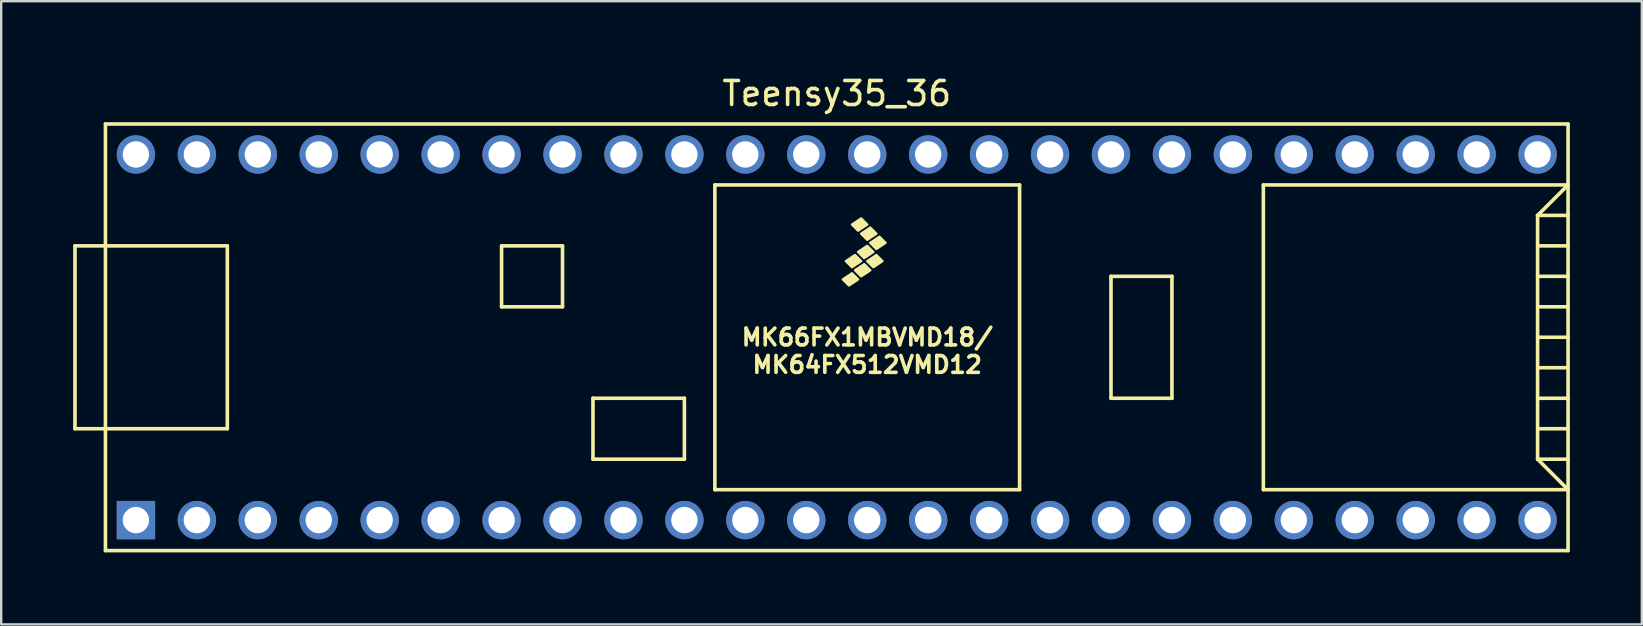
<source format=kicad_pcb>
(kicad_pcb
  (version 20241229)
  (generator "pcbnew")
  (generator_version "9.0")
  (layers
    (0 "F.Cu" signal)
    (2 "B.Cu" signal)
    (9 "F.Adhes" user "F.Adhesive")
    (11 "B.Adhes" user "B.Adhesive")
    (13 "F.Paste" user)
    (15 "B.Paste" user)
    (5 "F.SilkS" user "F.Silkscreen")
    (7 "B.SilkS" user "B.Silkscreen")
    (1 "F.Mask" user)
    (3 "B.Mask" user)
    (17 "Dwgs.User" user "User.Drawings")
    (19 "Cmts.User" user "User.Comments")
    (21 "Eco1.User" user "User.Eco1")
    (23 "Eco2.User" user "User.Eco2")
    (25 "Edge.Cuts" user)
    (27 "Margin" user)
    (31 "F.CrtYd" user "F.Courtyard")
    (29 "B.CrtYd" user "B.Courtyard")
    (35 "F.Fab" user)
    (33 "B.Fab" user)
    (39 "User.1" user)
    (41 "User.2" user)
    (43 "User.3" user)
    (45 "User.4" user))
  (footprint "Teensy35_36"
    (layer "F.Cu")
    (at 31.825 11.008)
    (property "Reference" "Teensy35_36" (at 0 -10.16 0) (layer "F.SilkS") (effects (font (size 1 1) (thickness 0.15))))
    (attr through_hole)
    (fp_line (start -31.75 -3.81) (end -30.48 -3.81) (stroke (width 0.15) (type solid)) (layer "F.SilkS"))
    (fp_line (start -31.75 3.81) (end -31.75 -3.81) (stroke (width 0.15) (type solid)) (layer "F.SilkS"))
    (fp_line (start -30.48 3.81) (end -31.75 3.81) (stroke (width 0.15) (type solid)) (layer "F.SilkS"))
    (fp_line (start -30.48 8.89) (end -30.48 -8.89) (stroke (width 0.15) (type solid)) (layer "F.SilkS"))
    (fp_line (start -30.48 8.89) (end 30.48 8.89) (stroke (width 0.15) (type solid)) (layer "F.SilkS"))
    (fp_line (start -25.4 -3.81) (end -30.48 -3.81) (stroke (width 0.15) (type solid)) (layer "F.SilkS"))
    (fp_line (start -25.4 3.81) (end -30.48 3.81) (stroke (width 0.15) (type solid)) (layer "F.SilkS"))
    (fp_line (start -25.4 3.81) (end -25.4 -3.81) (stroke (width 0.15) (type solid)) (layer "F.SilkS"))
    (fp_line (start -13.97 -3.81) (end -13.97 -1.27) (stroke (width 0.15) (type solid)) (layer "F.SilkS"))
    (fp_line (start -13.97 -1.27) (end -11.43 -1.27) (stroke (width 0.15) (type solid)) (layer "F.SilkS"))
    (fp_line (start -11.43 -3.81) (end -13.97 -3.81) (stroke (width 0.15) (type solid)) (layer "F.SilkS"))
    (fp_line (start -11.43 -1.27) (end -11.43 -3.81) (stroke (width 0.15) (type solid)) (layer "F.SilkS"))
    (fp_line (start -10.16 2.54) (end -6.35 2.54) (stroke (width 0.15) (type solid)) (layer "F.SilkS"))
    (fp_line (start -10.16 5.08) (end -10.16 2.54) (stroke (width 0.15) (type solid)) (layer "F.SilkS"))
    (fp_line (start -6.35 2.54) (end -6.35 5.08) (stroke (width 0.15) (type solid)) (layer "F.SilkS"))
    (fp_line (start -6.35 5.08) (end -10.16 5.08) (stroke (width 0.15) (type solid)) (layer "F.SilkS"))
    (fp_line (start -5.08 -6.35) (end -5.08 6.35) (stroke (width 0.15) (type solid)) (layer "F.SilkS"))
    (fp_line (start -5.08 -6.35) (end 7.62 -6.35) (stroke (width 0.15) (type solid)) (layer "F.SilkS"))
    (fp_line (start -5.08 6.35) (end 7.62 6.35) (stroke (width 0.15) (type solid)) (layer "F.SilkS"))
    (fp_line (start 7.62 6.35) (end 7.62 -6.35) (stroke (width 0.15) (type solid)) (layer "F.SilkS"))
    (fp_line (start 11.43 -2.54) (end 13.97 -2.54) (stroke (width 0.15) (type solid)) (layer "F.SilkS"))
    (fp_line (start 11.43 2.54) (end 11.43 -2.54) (stroke (width 0.15) (type solid)) (layer "F.SilkS"))
    (fp_line (start 13.97 -2.54) (end 13.97 2.54) (stroke (width 0.15) (type solid)) (layer "F.SilkS"))
    (fp_line (start 13.97 2.54) (end 11.43 2.54) (stroke (width 0.15) (type solid)) (layer "F.SilkS"))
    (fp_line (start 17.78 -6.35) (end 17.78 6.35) (stroke (width 0.15) (type solid)) (layer "F.SilkS"))
    (fp_line (start 17.78 6.35) (end 30.48 6.35) (stroke (width 0.15) (type solid)) (layer "F.SilkS"))
    (fp_line (start 29.21 -5.08) (end 30.48 -6.35) (stroke (width 0.15) (type solid)) (layer "F.SilkS"))
    (fp_line (start 29.21 -5.08) (end 30.48 -5.08) (stroke (width 0.15) (type solid)) (layer "F.SilkS"))
    (fp_line (start 29.21 -3.81) (end 30.48 -3.81) (stroke (width 0.15) (type solid)) (layer "F.SilkS"))
    (fp_line (start 29.21 -2.54) (end 30.48 -2.54) (stroke (width 0.15) (type solid)) (layer "F.SilkS"))
    (fp_line (start 29.21 -1.27) (end 30.48 -1.27) (stroke (width 0.15) (type solid)) (layer "F.SilkS"))
    (fp_line (start 29.21 0) (end 30.48 0) (stroke (width 0.15) (type solid)) (layer "F.SilkS"))
    (fp_line (start 29.21 1.27) (end 30.48 1.27) (stroke (width 0.15) (type solid)) (layer "F.SilkS"))
    (fp_line (start 29.21 2.54) (end 30.48 2.54) (stroke (width 0.15) (type solid)) (layer "F.SilkS"))
    (fp_line (start 29.21 3.81) (end 30.48 3.81) (stroke (width 0.15) (type solid)) (layer "F.SilkS"))
    (fp_line (start 29.21 5.08) (end 29.21 -5.08) (stroke (width 0.15) (type solid)) (layer "F.SilkS"))
    (fp_line (start 29.21 5.08) (end 30.48 5.08) (stroke (width 0.15) (type solid)) (layer "F.SilkS"))
    (fp_line (start 30.48 -8.89) (end -30.48 -8.89) (stroke (width 0.15) (type solid)) (layer "F.SilkS"))
    (fp_line (start 30.48 -8.89) (end 30.48 8.89) (stroke (width 0.15) (type solid)) (layer "F.SilkS"))
    (fp_line (start 30.48 -6.35) (end 17.78 -6.35) (stroke (width 0.15) (type solid)) (layer "F.SilkS"))
    (fp_line (start 30.48 6.35) (end 29.21 5.08) (stroke (width 0.15) (type solid)) (layer "F.SilkS"))
    (fp_poly (pts (xy 0.635 -2.667) (xy 0.889 -2.413) (xy 0.508 -2.159) (xy 0.254 -2.413)) (stroke (width 0.1) (type solid)) (fill yes) (layer "F.SilkS"))
    (fp_poly (pts (xy 0.762 -3.429) (xy 1.016 -3.175) (xy 0.635 -2.921) (xy 0.381 -3.175)) (stroke (width 0.1) (type solid)) (fill yes) (layer "F.SilkS"))
    (fp_poly (pts (xy 1.016 -4.953) (xy 1.27 -4.699) (xy 0.889 -4.445) (xy 0.635 -4.699)) (stroke (width 0.1) (type solid)) (fill yes) (layer "F.SilkS"))
    (fp_poly (pts (xy 1.143 -3.048) (xy 1.397 -2.794) (xy 1.016 -2.54) (xy 0.762 -2.794)) (stroke (width 0.1) (type solid)) (fill yes) (layer "F.SilkS"))
    (fp_poly (pts (xy 1.27 -3.81) (xy 1.524 -3.556) (xy 1.143 -3.302) (xy 0.889 -3.556)) (stroke (width 0.1) (type solid)) (fill yes) (layer "F.SilkS"))
    (fp_poly (pts (xy 1.397 -4.572) (xy 1.651 -4.318) (xy 1.27 -4.064) (xy 1.016 -4.318)) (stroke (width 0.1) (type solid)) (fill yes) (layer "F.SilkS"))
    (fp_poly (pts (xy 1.651 -3.429) (xy 1.905 -3.175) (xy 1.524 -2.921) (xy 1.27 -3.175)) (stroke (width 0.1) (type solid)) (fill yes) (layer "F.SilkS"))
    (fp_poly (pts (xy 1.778 -4.191) (xy 2.032 -3.937) (xy 1.651 -3.683) (xy 1.397 -3.937)) (stroke (width 0.1) (type solid)) (fill yes) (layer "F.SilkS"))
    (fp_text user "MK64FX512VMD12" (at 1.27 1.143 0) (layer "F.SilkS") (effects (font (size 0.7 0.7) (thickness 0.15))))
    (fp_text user "MK66FX1MBVMD18/" (at 1.27 0 0) (layer "F.SilkS") (effects (font (size 0.7 0.7) (thickness 0.15))))
    (pad "1" thru_hole rect (at -29.21 7.62) (size 1.6 1.6) (drill 1.1) (layers "*.Cu" "*.Mask"))
    (pad "2" thru_hole circle (at -26.67 7.62) (size 1.6 1.6) (drill 1.1) (layers "*.Cu" "*.Mask"))
    (pad "3" thru_hole circle (at -24.13 7.62) (size 1.6 1.6) (drill 1.1) (layers "*.Cu" "*.Mask"))
    (pad "4" thru_hole circle (at -21.59 7.62) (size 1.6 1.6) (drill 1.1) (layers "*.Cu" "*.Mask"))
    (pad "5" thru_hole circle (at -19.05 7.62) (size 1.6 1.6) (drill 1.1) (layers "*.Cu" "*.Mask"))
    (pad "6" thru_hole circle (at -16.51 7.62) (size 1.6 1.6) (drill 1.1) (layers "*.Cu" "*.Mask"))
    (pad "7" thru_hole circle (at -13.97 7.62) (size 1.6 1.6) (drill 1.1) (layers "*.Cu" "*.Mask"))
    (pad "8" thru_hole circle (at -11.43 7.62) (size 1.6 1.6) (drill 1.1) (layers "*.Cu" "*.Mask"))
    (pad "9" thru_hole circle (at -8.89 7.62) (size 1.6 1.6) (drill 1.1) (layers "*.Cu" "*.Mask"))
    (pad "10" thru_hole circle (at -6.35 7.62) (size 1.6 1.6) (drill 1.1) (layers "*.Cu" "*.Mask"))
    (pad "11" thru_hole circle (at -3.81 7.62) (size 1.6 1.6) (drill 1.1) (layers "*.Cu" "*.Mask"))
    (pad "12" thru_hole circle (at -1.27 7.62) (size 1.6 1.6) (drill 1.1) (layers "*.Cu" "*.Mask"))
    (pad "13" thru_hole circle (at 1.27 7.62) (size 1.6 1.6) (drill 1.1) (layers "*.Cu" "*.Mask"))
    (pad "14" thru_hole circle (at 3.81 7.62) (size 1.6 1.6) (drill 1.1) (layers "*.Cu" "*.Mask"))
    (pad "15" thru_hole circle (at 6.35 7.62) (size 1.6 1.6) (drill 1.1) (layers "*.Cu" "*.Mask"))
    (pad "16" thru_hole circle (at 8.89 7.62) (size 1.6 1.6) (drill 1.1) (layers "*.Cu" "*.Mask"))
    (pad "17" thru_hole circle (at 11.43 7.62) (size 1.6 1.6) (drill 1.1) (layers "*.Cu" "*.Mask"))
    (pad "18" thru_hole circle (at 13.97 7.62) (size 1.6 1.6) (drill 1.1) (layers "*.Cu" "*.Mask"))
    (pad "19" thru_hole circle (at 16.51 7.62) (size 1.6 1.6) (drill 1.1) (layers "*.Cu" "*.Mask"))
    (pad "20" thru_hole circle (at 19.05 7.62) (size 1.6 1.6) (drill 1.1) (layers "*.Cu" "*.Mask"))
    (pad "21" thru_hole circle (at 21.59 7.62) (size 1.6 1.6) (drill 1.1) (layers "*.Cu" "*.Mask"))
    (pad "22" thru_hole circle (at 24.13 7.62) (size 1.6 1.6) (drill 1.1) (layers "*.Cu" "*.Mask"))
    (pad "23" thru_hole circle (at 26.67 7.62) (size 1.6 1.6) (drill 1.1) (layers "*.Cu" "*.Mask"))
    (pad "24" thru_hole circle (at 29.21 7.62) (size 1.6 1.6) (drill 1.1) (layers "*.Cu" "*.Mask"))
    (pad "30" thru_hole circle (at 29.21 -7.62) (size 1.6 1.6) (drill 1.1) (layers "*.Cu" "*.Mask"))
    (pad "31" thru_hole circle (at 26.67 -7.62) (size 1.6 1.6) (drill 1.1) (layers "*.Cu" "*.Mask"))
    (pad "32" thru_hole circle (at 24.13 -7.62) (size 1.6 1.6) (drill 1.1) (layers "*.Cu" "*.Mask"))
    (pad "33" thru_hole circle (at 21.59 -7.62) (size 1.6 1.6) (drill 1.1) (layers "*.Cu" "*.Mask"))
    (pad "34" thru_hole circle (at 19.05 -7.62) (size 1.6 1.6) (drill 1.1) (layers "*.Cu" "*.Mask"))
    (pad "35" thru_hole circle (at 16.51 -7.62) (size 1.6 1.6) (drill 1.1) (layers "*.Cu" "*.Mask"))
    (pad "36" thru_hole circle (at 13.97 -7.62) (size 1.6 1.6) (drill 1.1) (layers "*.Cu" "*.Mask"))
    (pad "37" thru_hole circle (at 11.43 -7.62) (size 1.6 1.6) (drill 1.1) (layers "*.Cu" "*.Mask"))
    (pad "38" thru_hole circle (at 8.89 -7.62) (size 1.6 1.6) (drill 1.1) (layers "*.Cu" "*.Mask"))
    (pad "39" thru_hole circle (at 6.35 -7.62) (size 1.6 1.6) (drill 1.1) (layers "*.Cu" "*.Mask"))
    (pad "40" thru_hole circle (at 3.81 -7.62) (size 1.6 1.6) (drill 1.1) (layers "*.Cu" "*.Mask"))
    (pad "41" thru_hole circle (at 1.27 -7.62) (size 1.6 1.6) (drill 1.1) (layers "*.Cu" "*.Mask"))
    (pad "42" thru_hole circle (at -1.27 -7.62) (size 1.6 1.6) (drill 1.1) (layers "*.Cu" "*.Mask"))
    (pad "43" thru_hole circle (at -3.81 -7.62) (size 1.6 1.6) (drill 1.1) (layers "*.Cu" "*.Mask"))
    (pad "44" thru_hole circle (at -6.35 -7.62) (size 1.6 1.6) (drill 1.1) (layers "*.Cu" "*.Mask"))
    (pad "45" thru_hole circle (at -8.89 -7.62) (size 1.6 1.6) (drill 1.1) (layers "*.Cu" "*.Mask"))
    (pad "46" thru_hole circle (at -11.43 -7.62) (size 1.6 1.6) (drill 1.1) (layers "*.Cu" "*.Mask"))
    (pad "47" thru_hole circle (at -13.97 -7.62) (size 1.6 1.6) (drill 1.1) (layers "*.Cu" "*.Mask"))
    (pad "48" thru_hole circle (at -16.51 -7.62) (size 1.6 1.6) (drill 1.1) (layers "*.Cu" "*.Mask"))
    (pad "49" thru_hole circle (at -19.05 -7.62) (size 1.6 1.6) (drill 1.1) (layers "*.Cu" "*.Mask"))
    (pad "50" thru_hole circle (at -21.59 -7.62) (size 1.6 1.6) (drill 1.1) (layers "*.Cu" "*.Mask"))
    (pad "51" thru_hole circle (at -24.13 -7.62) (size 1.6 1.6) (drill 1.1) (layers "*.Cu" "*.Mask"))
    (pad "52" thru_hole circle (at -26.67 -7.62) (size 1.6 1.6) (drill 1.1) (layers "*.Cu" "*.Mask"))
    (pad "53" thru_hole circle (at -29.21 -7.62) (size 1.6 1.6) (drill 1.1) (layers "*.Cu" "*.Mask")))
  (gr_rect
    (start -3 -3)
    (end 65.38 22.973)
    (stroke (width 0.1) (type default))
    (fill no)
    (layer "Edge.Cuts")))
</source>
